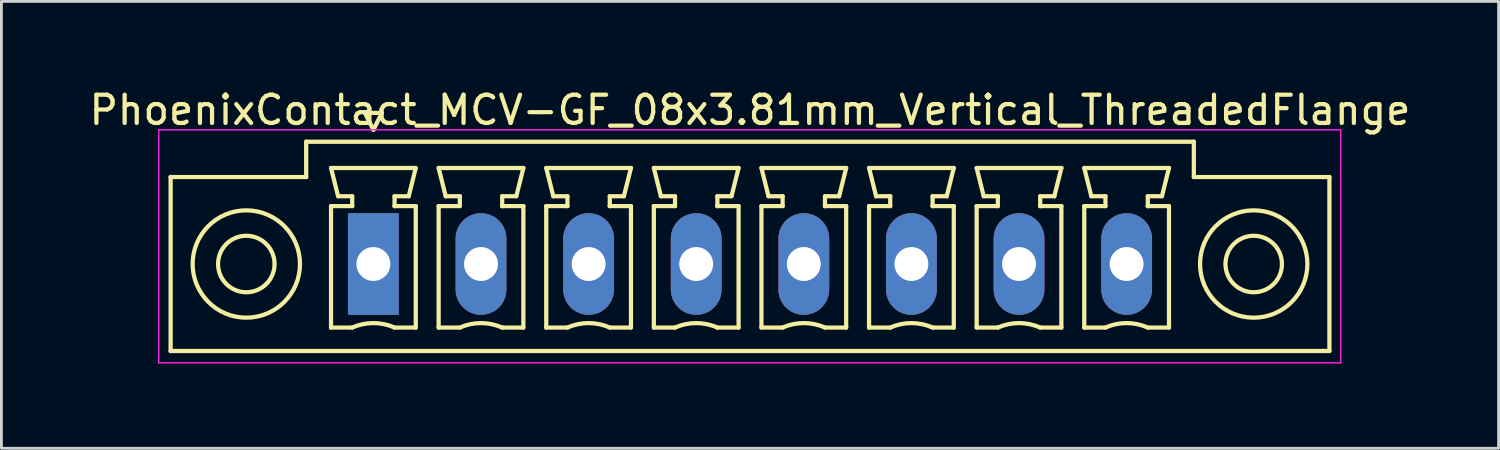
<source format=kicad_pcb>
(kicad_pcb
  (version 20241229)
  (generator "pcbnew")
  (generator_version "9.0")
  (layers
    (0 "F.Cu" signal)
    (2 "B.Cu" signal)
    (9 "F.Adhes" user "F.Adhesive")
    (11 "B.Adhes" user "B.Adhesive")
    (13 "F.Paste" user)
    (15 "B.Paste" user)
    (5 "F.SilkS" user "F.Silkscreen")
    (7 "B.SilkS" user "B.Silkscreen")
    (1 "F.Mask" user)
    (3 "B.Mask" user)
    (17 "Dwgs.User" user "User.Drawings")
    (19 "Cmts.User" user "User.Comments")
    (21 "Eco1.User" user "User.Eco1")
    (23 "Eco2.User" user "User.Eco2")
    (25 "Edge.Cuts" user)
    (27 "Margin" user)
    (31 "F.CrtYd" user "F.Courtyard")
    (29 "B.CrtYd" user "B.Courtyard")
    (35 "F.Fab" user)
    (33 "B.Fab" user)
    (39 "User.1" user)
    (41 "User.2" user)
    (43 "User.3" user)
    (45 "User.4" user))
  (footprint "PhoenixContact_MCV-GF_08x3.81mm_Vertical_ThreadedFlange"
    (layer "F.Cu")
    (at 10.171 6.298)
    (property "Reference" "PhoenixContact_MCV-GF_08x3.81mm_Vertical_ThreadedFlange" (at 13.335 -5.45 0) (layer "F.SilkS") (effects (font (size 1 1) (thickness 0.15))))
    (attr through_hole)
    (fp_line (start -7.18 -3.08) (end -7.18 3.08) (stroke (width 0.15) (type solid)) (layer "F.SilkS"))
    (fp_line (start -7.18 3.08) (end 33.85 3.08) (stroke (width 0.15) (type solid)) (layer "F.SilkS"))
    (fp_line (start -2.38 -4.33) (end -2.38 -3.08) (stroke (width 0.15) (type solid)) (layer "F.SilkS"))
    (fp_line (start -2.38 -3.08) (end -7.18 -3.08) (stroke (width 0.15) (type solid)) (layer "F.SilkS"))
    (fp_line (start -1.5 -3.4) (end 1.5 -3.4) (stroke (width 0.15) (type solid)) (layer "F.SilkS"))
    (fp_line (start -1.5 -2.05) (end -0.75 -2.05) (stroke (width 0.15) (type solid)) (layer "F.SilkS"))
    (fp_line (start -1.5 2.25) (end -1.5 -2.05) (stroke (width 0.15) (type solid)) (layer "F.SilkS"))
    (fp_line (start -1.25 -2.4) (end -1.5 -3.4) (stroke (width 0.15) (type solid)) (layer "F.SilkS"))
    (fp_line (start -0.75 -2.4) (end -1.25 -2.4) (stroke (width 0.15) (type solid)) (layer "F.SilkS"))
    (fp_line (start -0.75 -2.05) (end -0.75 -2.4) (stroke (width 0.15) (type solid)) (layer "F.SilkS"))
    (fp_line (start -0.75 2.25) (end -1.5 2.25) (stroke (width 0.15) (type solid)) (layer "F.SilkS"))
    (fp_line (start -0.3 -5.35) (end 0 -4.75) (stroke (width 0.15) (type solid)) (layer "F.SilkS"))
    (fp_line (start 0 -4.75) (end 0.3 -5.35) (stroke (width 0.15) (type solid)) (layer "F.SilkS"))
    (fp_line (start 0.3 -5.35) (end -0.3 -5.35) (stroke (width 0.15) (type solid)) (layer "F.SilkS"))
    (fp_line (start 0.75 -2.4) (end 0.75 -2.05) (stroke (width 0.15) (type solid)) (layer "F.SilkS"))
    (fp_line (start 0.75 -2.05) (end 0.75 -2.05) (stroke (width 0.15) (type solid)) (layer "F.SilkS"))
    (fp_line (start 0.75 -2.05) (end 1.5 -2.05) (stroke (width 0.15) (type solid)) (layer "F.SilkS"))
    (fp_line (start 1.25 -2.4) (end 0.75 -2.4) (stroke (width 0.15) (type solid)) (layer "F.SilkS"))
    (fp_line (start 1.5 -3.4) (end 1.25 -2.4) (stroke (width 0.15) (type solid)) (layer "F.SilkS"))
    (fp_line (start 1.5 -2.05) (end 1.5 2.25) (stroke (width 0.15) (type solid)) (layer "F.SilkS"))
    (fp_line (start 1.5 2.25) (end 0.75 2.25) (stroke (width 0.15) (type solid)) (layer "F.SilkS"))
    (fp_line (start 2.31 -3.4) (end 5.31 -3.4) (stroke (width 0.15) (type solid)) (layer "F.SilkS"))
    (fp_line (start 2.31 -2.05) (end 3.06 -2.05) (stroke (width 0.15) (type solid)) (layer "F.SilkS"))
    (fp_line (start 2.31 2.25) (end 2.31 -2.05) (stroke (width 0.15) (type solid)) (layer "F.SilkS"))
    (fp_line (start 2.56 -2.4) (end 2.31 -3.4) (stroke (width 0.15) (type solid)) (layer "F.SilkS"))
    (fp_line (start 3.06 -2.4) (end 2.56 -2.4) (stroke (width 0.15) (type solid)) (layer "F.SilkS"))
    (fp_line (start 3.06 -2.05) (end 3.06 -2.4) (stroke (width 0.15) (type solid)) (layer "F.SilkS"))
    (fp_line (start 3.06 2.25) (end 2.31 2.25) (stroke (width 0.15) (type solid)) (layer "F.SilkS"))
    (fp_line (start 4.56 -2.4) (end 4.56 -2.05) (stroke (width 0.15) (type solid)) (layer "F.SilkS"))
    (fp_line (start 4.56 -2.05) (end 4.56 -2.05) (stroke (width 0.15) (type solid)) (layer "F.SilkS"))
    (fp_line (start 4.56 -2.05) (end 5.31 -2.05) (stroke (width 0.15) (type solid)) (layer "F.SilkS"))
    (fp_line (start 5.06 -2.4) (end 4.56 -2.4) (stroke (width 0.15) (type solid)) (layer "F.SilkS"))
    (fp_line (start 5.31 -3.4) (end 5.06 -2.4) (stroke (width 0.15) (type solid)) (layer "F.SilkS"))
    (fp_line (start 5.31 -2.05) (end 5.31 2.25) (stroke (width 0.15) (type solid)) (layer "F.SilkS"))
    (fp_line (start 5.31 2.25) (end 4.56 2.25) (stroke (width 0.15) (type solid)) (layer "F.SilkS"))
    (fp_line (start 6.12 -3.4) (end 9.12 -3.4) (stroke (width 0.15) (type solid)) (layer "F.SilkS"))
    (fp_line (start 6.12 -2.05) (end 6.87 -2.05) (stroke (width 0.15) (type solid)) (layer "F.SilkS"))
    (fp_line (start 6.12 2.25) (end 6.12 -2.05) (stroke (width 0.15) (type solid)) (layer "F.SilkS"))
    (fp_line (start 6.37 -2.4) (end 6.12 -3.4) (stroke (width 0.15) (type solid)) (layer "F.SilkS"))
    (fp_line (start 6.87 -2.4) (end 6.37 -2.4) (stroke (width 0.15) (type solid)) (layer "F.SilkS"))
    (fp_line (start 6.87 -2.05) (end 6.87 -2.4) (stroke (width 0.15) (type solid)) (layer "F.SilkS"))
    (fp_line (start 6.87 2.25) (end 6.12 2.25) (stroke (width 0.15) (type solid)) (layer "F.SilkS"))
    (fp_line (start 8.37 -2.4) (end 8.37 -2.05) (stroke (width 0.15) (type solid)) (layer "F.SilkS"))
    (fp_line (start 8.37 -2.05) (end 8.37 -2.05) (stroke (width 0.15) (type solid)) (layer "F.SilkS"))
    (fp_line (start 8.37 -2.05) (end 9.12 -2.05) (stroke (width 0.15) (type solid)) (layer "F.SilkS"))
    (fp_line (start 8.87 -2.4) (end 8.37 -2.4) (stroke (width 0.15) (type solid)) (layer "F.SilkS"))
    (fp_line (start 9.12 -3.4) (end 8.87 -2.4) (stroke (width 0.15) (type solid)) (layer "F.SilkS"))
    (fp_line (start 9.12 -2.05) (end 9.12 2.25) (stroke (width 0.15) (type solid)) (layer "F.SilkS"))
    (fp_line (start 9.12 2.25) (end 8.37 2.25) (stroke (width 0.15) (type solid)) (layer "F.SilkS"))
    (fp_line (start 9.93 -3.4) (end 12.93 -3.4) (stroke (width 0.15) (type solid)) (layer "F.SilkS"))
    (fp_line (start 9.93 -2.05) (end 10.68 -2.05) (stroke (width 0.15) (type solid)) (layer "F.SilkS"))
    (fp_line (start 9.93 2.25) (end 9.93 -2.05) (stroke (width 0.15) (type solid)) (layer "F.SilkS"))
    (fp_line (start 10.18 -2.4) (end 9.93 -3.4) (stroke (width 0.15) (type solid)) (layer "F.SilkS"))
    (fp_line (start 10.68 -2.4) (end 10.18 -2.4) (stroke (width 0.15) (type solid)) (layer "F.SilkS"))
    (fp_line (start 10.68 -2.05) (end 10.68 -2.4) (stroke (width 0.15) (type solid)) (layer "F.SilkS"))
    (fp_line (start 10.68 2.25) (end 9.93 2.25) (stroke (width 0.15) (type solid)) (layer "F.SilkS"))
    (fp_line (start 12.18 -2.4) (end 12.18 -2.05) (stroke (width 0.15) (type solid)) (layer "F.SilkS"))
    (fp_line (start 12.18 -2.05) (end 12.18 -2.05) (stroke (width 0.15) (type solid)) (layer "F.SilkS"))
    (fp_line (start 12.18 -2.05) (end 12.93 -2.05) (stroke (width 0.15) (type solid)) (layer "F.SilkS"))
    (fp_line (start 12.68 -2.4) (end 12.18 -2.4) (stroke (width 0.15) (type solid)) (layer "F.SilkS"))
    (fp_line (start 12.93 -3.4) (end 12.68 -2.4) (stroke (width 0.15) (type solid)) (layer "F.SilkS"))
    (fp_line (start 12.93 -2.05) (end 12.93 2.25) (stroke (width 0.15) (type solid)) (layer "F.SilkS"))
    (fp_line (start 12.93 2.25) (end 12.18 2.25) (stroke (width 0.15) (type solid)) (layer "F.SilkS"))
    (fp_line (start 13.74 -3.4) (end 16.74 -3.4) (stroke (width 0.15) (type solid)) (layer "F.SilkS"))
    (fp_line (start 13.74 -2.05) (end 14.49 -2.05) (stroke (width 0.15) (type solid)) (layer "F.SilkS"))
    (fp_line (start 13.74 2.25) (end 13.74 -2.05) (stroke (width 0.15) (type solid)) (layer "F.SilkS"))
    (fp_line (start 13.99 -2.4) (end 13.74 -3.4) (stroke (width 0.15) (type solid)) (layer "F.SilkS"))
    (fp_line (start 14.49 -2.4) (end 13.99 -2.4) (stroke (width 0.15) (type solid)) (layer "F.SilkS"))
    (fp_line (start 14.49 -2.05) (end 14.49 -2.4) (stroke (width 0.15) (type solid)) (layer "F.SilkS"))
    (fp_line (start 14.49 2.25) (end 13.74 2.25) (stroke (width 0.15) (type solid)) (layer "F.SilkS"))
    (fp_line (start 15.99 -2.4) (end 15.99 -2.05) (stroke (width 0.15) (type solid)) (layer "F.SilkS"))
    (fp_line (start 15.99 -2.05) (end 15.99 -2.05) (stroke (width 0.15) (type solid)) (layer "F.SilkS"))
    (fp_line (start 15.99 -2.05) (end 16.74 -2.05) (stroke (width 0.15) (type solid)) (layer "F.SilkS"))
    (fp_line (start 16.49 -2.4) (end 15.99 -2.4) (stroke (width 0.15) (type solid)) (layer "F.SilkS"))
    (fp_line (start 16.74 -3.4) (end 16.49 -2.4) (stroke (width 0.15) (type solid)) (layer "F.SilkS"))
    (fp_line (start 16.74 -2.05) (end 16.74 2.25) (stroke (width 0.15) (type solid)) (layer "F.SilkS"))
    (fp_line (start 16.74 2.25) (end 15.99 2.25) (stroke (width 0.15) (type solid)) (layer "F.SilkS"))
    (fp_line (start 17.55 -3.4) (end 20.55 -3.4) (stroke (width 0.15) (type solid)) (layer "F.SilkS"))
    (fp_line (start 17.55 -2.05) (end 18.3 -2.05) (stroke (width 0.15) (type solid)) (layer "F.SilkS"))
    (fp_line (start 17.55 2.25) (end 17.55 -2.05) (stroke (width 0.15) (type solid)) (layer "F.SilkS"))
    (fp_line (start 17.8 -2.4) (end 17.55 -3.4) (stroke (width 0.15) (type solid)) (layer "F.SilkS"))
    (fp_line (start 18.3 -2.4) (end 17.8 -2.4) (stroke (width 0.15) (type solid)) (layer "F.SilkS"))
    (fp_line (start 18.3 -2.05) (end 18.3 -2.4) (stroke (width 0.15) (type solid)) (layer "F.SilkS"))
    (fp_line (start 18.3 2.25) (end 17.55 2.25) (stroke (width 0.15) (type solid)) (layer "F.SilkS"))
    (fp_line (start 19.8 -2.4) (end 19.8 -2.05) (stroke (width 0.15) (type solid)) (layer "F.SilkS"))
    (fp_line (start 19.8 -2.05) (end 19.8 -2.05) (stroke (width 0.15) (type solid)) (layer "F.SilkS"))
    (fp_line (start 19.8 -2.05) (end 20.55 -2.05) (stroke (width 0.15) (type solid)) (layer "F.SilkS"))
    (fp_line (start 20.3 -2.4) (end 19.8 -2.4) (stroke (width 0.15) (type solid)) (layer "F.SilkS"))
    (fp_line (start 20.55 -3.4) (end 20.3 -2.4) (stroke (width 0.15) (type solid)) (layer "F.SilkS"))
    (fp_line (start 20.55 -2.05) (end 20.55 2.25) (stroke (width 0.15) (type solid)) (layer "F.SilkS"))
    (fp_line (start 20.55 2.25) (end 19.8 2.25) (stroke (width 0.15) (type solid)) (layer "F.SilkS"))
    (fp_line (start 21.36 -3.4) (end 24.36 -3.4) (stroke (width 0.15) (type solid)) (layer "F.SilkS"))
    (fp_line (start 21.36 -2.05) (end 22.11 -2.05) (stroke (width 0.15) (type solid)) (layer "F.SilkS"))
    (fp_line (start 21.36 2.25) (end 21.36 -2.05) (stroke (width 0.15) (type solid)) (layer "F.SilkS"))
    (fp_line (start 21.61 -2.4) (end 21.36 -3.4) (stroke (width 0.15) (type solid)) (layer "F.SilkS"))
    (fp_line (start 22.11 -2.4) (end 21.61 -2.4) (stroke (width 0.15) (type solid)) (layer "F.SilkS"))
    (fp_line (start 22.11 -2.05) (end 22.11 -2.4) (stroke (width 0.15) (type solid)) (layer "F.SilkS"))
    (fp_line (start 22.11 2.25) (end 21.36 2.25) (stroke (width 0.15) (type solid)) (layer "F.SilkS"))
    (fp_line (start 23.61 -2.4) (end 23.61 -2.05) (stroke (width 0.15) (type solid)) (layer "F.SilkS"))
    (fp_line (start 23.61 -2.05) (end 23.61 -2.05) (stroke (width 0.15) (type solid)) (layer "F.SilkS"))
    (fp_line (start 23.61 -2.05) (end 24.36 -2.05) (stroke (width 0.15) (type solid)) (layer "F.SilkS"))
    (fp_line (start 24.11 -2.4) (end 23.61 -2.4) (stroke (width 0.15) (type solid)) (layer "F.SilkS"))
    (fp_line (start 24.36 -3.4) (end 24.11 -2.4) (stroke (width 0.15) (type solid)) (layer "F.SilkS"))
    (fp_line (start 24.36 -2.05) (end 24.36 2.25) (stroke (width 0.15) (type solid)) (layer "F.SilkS"))
    (fp_line (start 24.36 2.25) (end 23.61 2.25) (stroke (width 0.15) (type solid)) (layer "F.SilkS"))
    (fp_line (start 25.17 -3.4) (end 28.17 -3.4) (stroke (width 0.15) (type solid)) (layer "F.SilkS"))
    (fp_line (start 25.17 -2.05) (end 25.92 -2.05) (stroke (width 0.15) (type solid)) (layer "F.SilkS"))
    (fp_line (start 25.17 2.25) (end 25.17 -2.05) (stroke (width 0.15) (type solid)) (layer "F.SilkS"))
    (fp_line (start 25.42 -2.4) (end 25.17 -3.4) (stroke (width 0.15) (type solid)) (layer "F.SilkS"))
    (fp_line (start 25.92 -2.4) (end 25.42 -2.4) (stroke (width 0.15) (type solid)) (layer "F.SilkS"))
    (fp_line (start 25.92 -2.05) (end 25.92 -2.4) (stroke (width 0.15) (type solid)) (layer "F.SilkS"))
    (fp_line (start 25.92 2.25) (end 25.17 2.25) (stroke (width 0.15) (type solid)) (layer "F.SilkS"))
    (fp_line (start 27.42 -2.4) (end 27.42 -2.05) (stroke (width 0.15) (type solid)) (layer "F.SilkS"))
    (fp_line (start 27.42 -2.05) (end 27.42 -2.05) (stroke (width 0.15) (type solid)) (layer "F.SilkS"))
    (fp_line (start 27.42 -2.05) (end 28.17 -2.05) (stroke (width 0.15) (type solid)) (layer "F.SilkS"))
    (fp_line (start 27.92 -2.4) (end 27.42 -2.4) (stroke (width 0.15) (type solid)) (layer "F.SilkS"))
    (fp_line (start 28.17 -3.4) (end 27.92 -2.4) (stroke (width 0.15) (type solid)) (layer "F.SilkS"))
    (fp_line (start 28.17 -2.05) (end 28.17 2.25) (stroke (width 0.15) (type solid)) (layer "F.SilkS"))
    (fp_line (start 28.17 2.25) (end 27.42 2.25) (stroke (width 0.15) (type solid)) (layer "F.SilkS"))
    (fp_line (start 29.05 -4.33) (end -2.38 -4.33) (stroke (width 0.15) (type solid)) (layer "F.SilkS"))
    (fp_line (start 29.05 -3.08) (end 29.05 -4.33) (stroke (width 0.15) (type solid)) (layer "F.SilkS"))
    (fp_line (start 33.85 -3.08) (end 29.05 -3.08) (stroke (width 0.15) (type solid)) (layer "F.SilkS"))
    (fp_line (start 33.85 3.08) (end 33.85 -3.08) (stroke (width 0.15) (type solid)) (layer "F.SilkS"))
    (fp_arc (start -0.75 2.25) (mid -0.000193 2.09191) (end 0.749647 2.249844) (stroke (width 0.15) (type solid)) (layer "F.SilkS"))
    (fp_arc (start 3.06 2.25) (mid 3.809807 2.09191) (end 4.559647 2.249844) (stroke (width 0.15) (type solid)) (layer "F.SilkS"))
    (fp_arc (start 6.87 2.25) (mid 7.619807 2.09191) (end 8.369647 2.249844) (stroke (width 0.15) (type solid)) (layer "F.SilkS"))
    (fp_arc (start 10.68 2.25) (mid 11.429807 2.09191) (end 12.179647 2.249844) (stroke (width 0.15) (type solid)) (layer "F.SilkS"))
    (fp_arc (start 14.49 2.25) (mid 15.239807 2.09191) (end 15.989647 2.249844) (stroke (width 0.15) (type solid)) (layer "F.SilkS"))
    (fp_arc (start 18.3 2.25) (mid 19.049807 2.09191) (end 19.799647 2.249844) (stroke (width 0.15) (type solid)) (layer "F.SilkS"))
    (fp_arc (start 22.11 2.25) (mid 22.859807 2.09191) (end 23.609647 2.249844) (stroke (width 0.15) (type solid)) (layer "F.SilkS"))
    (fp_arc (start 25.92 2.25) (mid 26.669807 2.09191) (end 27.419647 2.249844) (stroke (width 0.15) (type solid)) (layer "F.SilkS"))
    (fp_circle (center -4.5 0) (end -3.5 0) (stroke (width 0.15) (type solid)) (fill no) (layer "F.SilkS"))
    (fp_circle (center -4.5 0) (end -2.6 0) (stroke (width 0.15) (type solid)) (fill no) (layer "F.SilkS"))
    (fp_circle (center 31.17 0) (end 32.17 0) (stroke (width 0.15) (type solid)) (fill no) (layer "F.SilkS"))
    (fp_circle (center 31.17 0) (end 33.07 0) (stroke (width 0.15) (type solid)) (fill no) (layer "F.SilkS"))
    (fp_line (start -7.6 -4.75) (end -7.6 3.5) (stroke (width 0.05) (type solid)) (layer "F.CrtYd"))
    (fp_line (start -7.6 3.5) (end 34.25 3.5) (stroke (width 0.05) (type solid)) (layer "F.CrtYd"))
    (fp_line (start 34.25 -4.75) (end -7.6 -4.75) (stroke (width 0.05) (type solid)) (layer "F.CrtYd"))
    (fp_line (start 34.25 3.5) (end 34.25 -4.75) (stroke (width 0.05) (type solid)) (layer "F.CrtYd"))
    (pad "1" thru_hole rect (at 0 0) (size 1.8 3.6) (drill 1.2) (layers "*.Cu" "*.Mask"))
    (pad "2" thru_hole oval (at 3.81 0) (size 1.8 3.6) (drill 1.2) (layers "*.Cu" "*.Mask"))
    (pad "3" thru_hole oval (at 7.62 0) (size 1.8 3.6) (drill 1.2) (layers "*.Cu" "*.Mask"))
    (pad "4" thru_hole oval (at 11.43 0) (size 1.8 3.6) (drill 1.2) (layers "*.Cu" "*.Mask"))
    (pad "5" thru_hole oval (at 15.24 0) (size 1.8 3.6) (drill 1.2) (layers "*.Cu" "*.Mask"))
    (pad "6" thru_hole oval (at 19.05 0) (size 1.8 3.6) (drill 1.2) (layers "*.Cu" "*.Mask"))
    (pad "7" thru_hole oval (at 22.86 0) (size 1.8 3.6) (drill 1.2) (layers "*.Cu" "*.Mask"))
    (pad "8" thru_hole oval (at 26.67 0) (size 1.8 3.6) (drill 1.2) (layers "*.Cu" "*.Mask")))
  (gr_rect
    (start -3 -3)
    (end 50.012 12.823)
    (stroke (width 0.1) (type default))
    (fill no)
    (layer "Edge.Cuts")))
</source>
